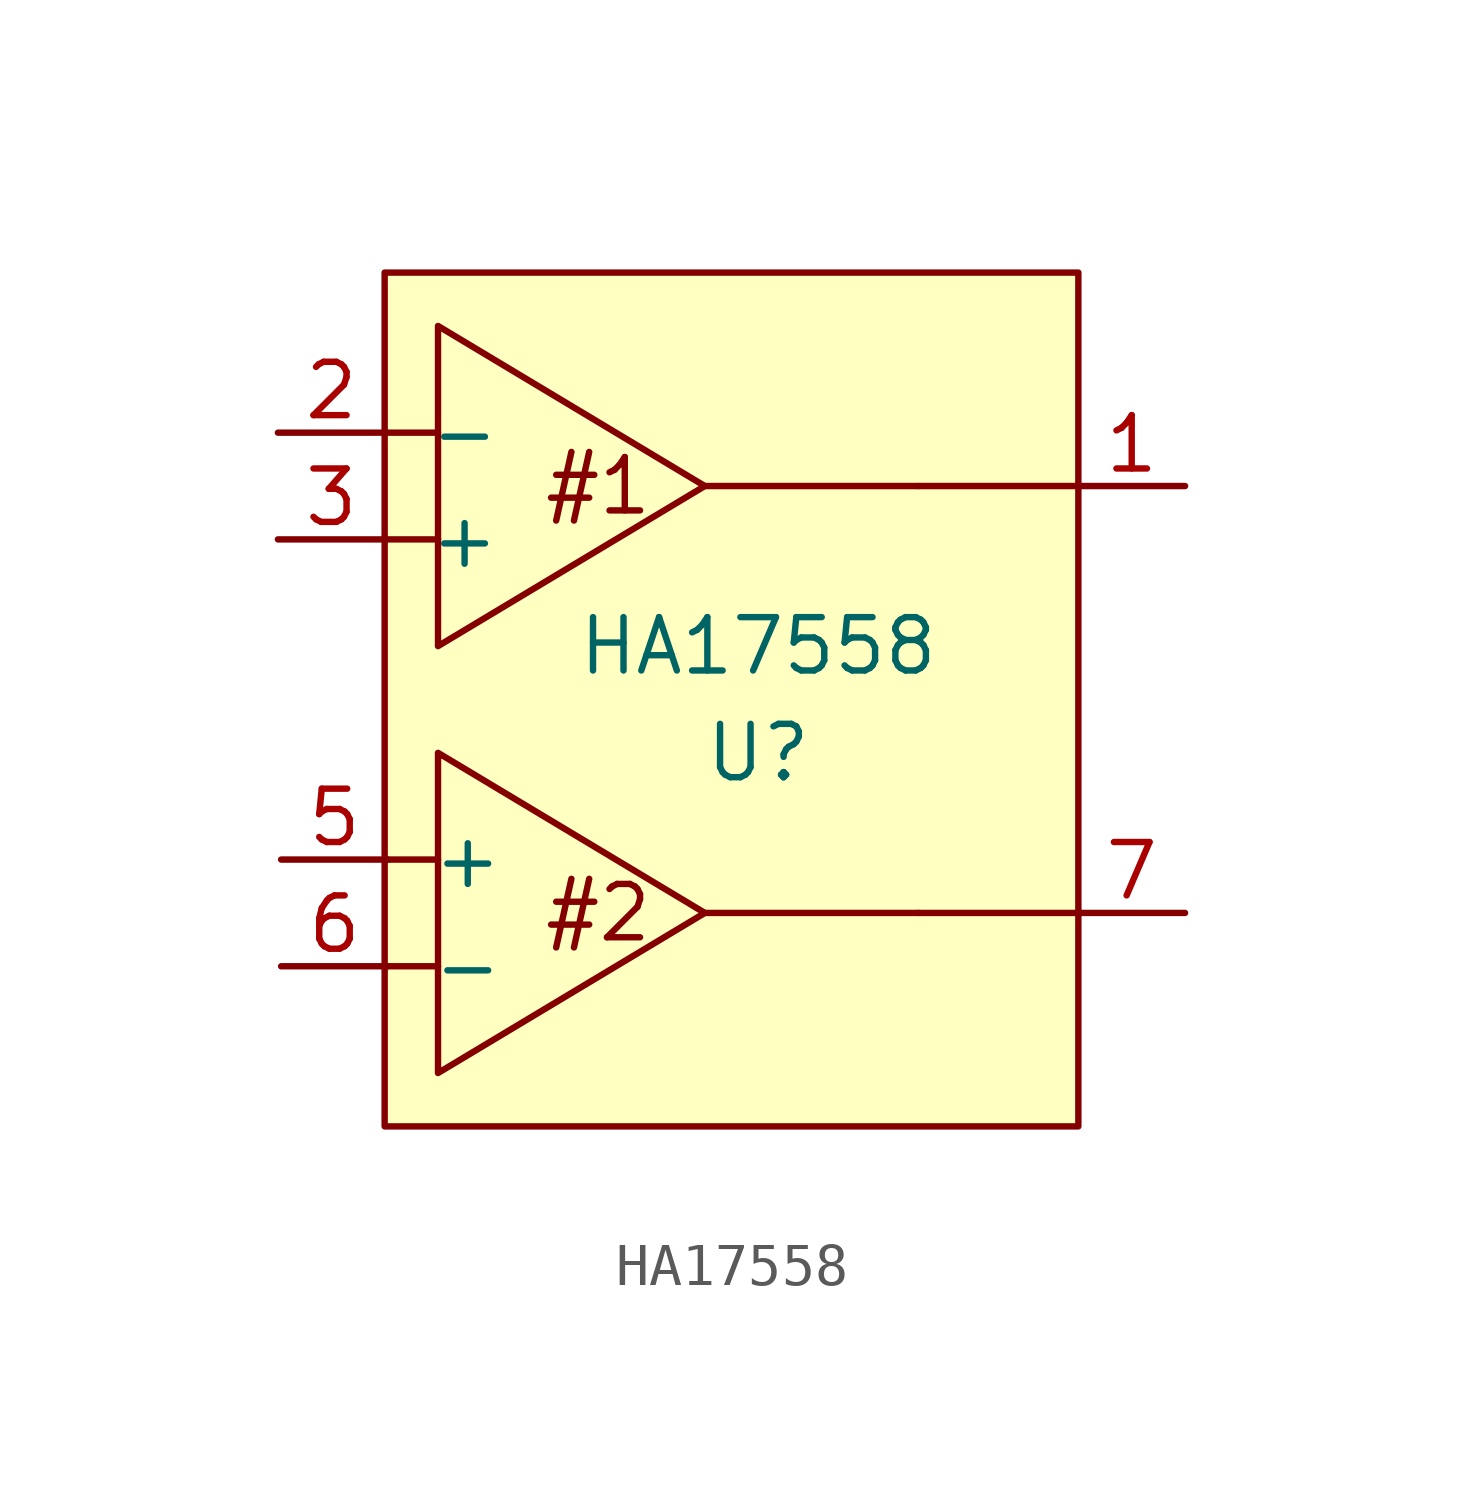
<source format=kicad_sym>
(kicad_symbol_lib
  (version 20211014)
  (generator kicad_symbol_editor)
  (symbol "HA17558"
    (pin_names
      (offset 1.016))
    (property "Reference" "U"
      (at 0 -1.27 0)
      (effects (font (size 1.27 1.27))))
    (property "Value" "HA17558"
      (at 0 1.27 0)
      (effects (font (size 1.27 1.27))))
    (symbol "HA17558_0_0"
      (rectangle (start -8.89 10.16) (end 7.62 -10.16) (stroke (width 0) (type default) (color 0 0 0 0)) (fill (type background)))
      (polyline (pts (xy -8.89 -6.35) (xy -7.62 -6.35)) (stroke (width 0) (type default) (color 0 0 0 0)) (fill (type none)))
      (polyline (pts (xy -8.89 -3.81) (xy -7.62 -3.81)) (stroke (width 0) (type default) (color 0 0 0 0)) (fill (type none)))
      (polyline (pts (xy -8.89 3.81) (xy -7.62 3.81)) (stroke (width 0) (type default) (color 0 0 0 0)) (fill (type none)))
      (polyline (pts (xy -8.89 6.35) (xy -7.62 6.35)) (stroke (width 0) (type default) (color 0 0 0 0)) (fill (type none)))
      (polyline (pts (xy -1.27 -5.08) (xy 3.81 -5.08)) (stroke (width 0) (type default) (color 0 0 0 0)) (fill (type none)))
      (polyline (pts (xy -1.27 5.08) (xy 3.81 5.08)) (stroke (width 0) (type default) (color 0 0 0 0)) (fill (type none)))
      (text "#1" (at -3.81 5.08 0) (effects (font (size 1.27 1.27))))
      (text "#2" (at -3.81 -5.08 0) (effects (font (size 1.27 1.27)))))
    (symbol "HA17558_0_1"
      (polyline (pts (xy -8.89 -3.81) (xy -8.89 -3.81)) (stroke (width 0) (type default) (color 0 0 0 0)) (fill (type none)))
      (polyline (pts (xy -8.89 -3.81) (xy -8.89 -3.81)) (stroke (width 0) (type default) (color 0 0 0 0)) (fill (type none)))
      (polyline (pts (xy 7.62 -5.08) (xy 3.81 -5.08)) (stroke (width 0) (type default) (color 0 0 0 0)) (fill (type none)))
      (polyline (pts (xy 7.62 5.08) (xy 3.81 5.08)) (stroke (width 0) (type default) (color 0 0 0 0)) (fill (type none)))
      (polyline (pts (xy -1.27 -5.08) (xy -7.62 -1.27) (xy -7.62 -8.89) (xy -1.27 -5.08)) (stroke (width 0) (type default) (color 0 0 0 0)) (fill (type none)))
      (polyline (pts (xy -1.27 5.08) (xy -7.62 8.89) (xy -7.62 1.27) (xy -1.27 5.08)) (stroke (width 0) (type default) (color 0 0 0 0)) (fill (type none))))
    (symbol "HA17558_1_1"
      (pin output line (at 10.16 5.08 180) (length 2.54) (name "~" (effects (font (size 1.27 1.27)))) (number "1" (effects (font (size 1.27 1.27)))))
      (pin input line (at -11.43 6.35 0) (length 2.54) (name "-" (effects (font (size 1.27 1.27)))) (number "2" (effects (font (size 1.27 1.27)))))
      (pin input line (at -11.43 3.81 0) (length 2.54) (name "+" (effects (font (size 1.27 1.27)))) (number "3" (effects (font (size 1.27 1.27)))))
      (pin power_in line (at 0 -10.16 90) (length 2.54) hide (name "VSS" (effects (font (size 1.27 1.27)))) (number "4" (effects (font (size 1.27 1.27)))))
      (pin input line (at -11.354 -3.81 0) (length 2.54) (name "+" (effects (font (size 1.27 1.27)))) (number "5" (effects (font (size 1.27 1.27)))))
      (pin input line (at -11.354 -6.35 0) (length 2.54) (name "-" (effects (font (size 1.27 1.27)))) (number "6" (effects (font (size 1.27 1.27)))))
      (pin output line (at 10.16 -5.08 180) (length 2.54) (name "~" (effects (font (size 1.27 1.27)))) (number "7" (effects (font (size 1.27 1.27)))))
      (pin power_in line (at 0 10.16 270) (length 2.54) hide (name "VCC" (effects (font (size 1.27 1.27)))) (number "8" (effects (font (size 1.27 1.27))))))))
</source>
